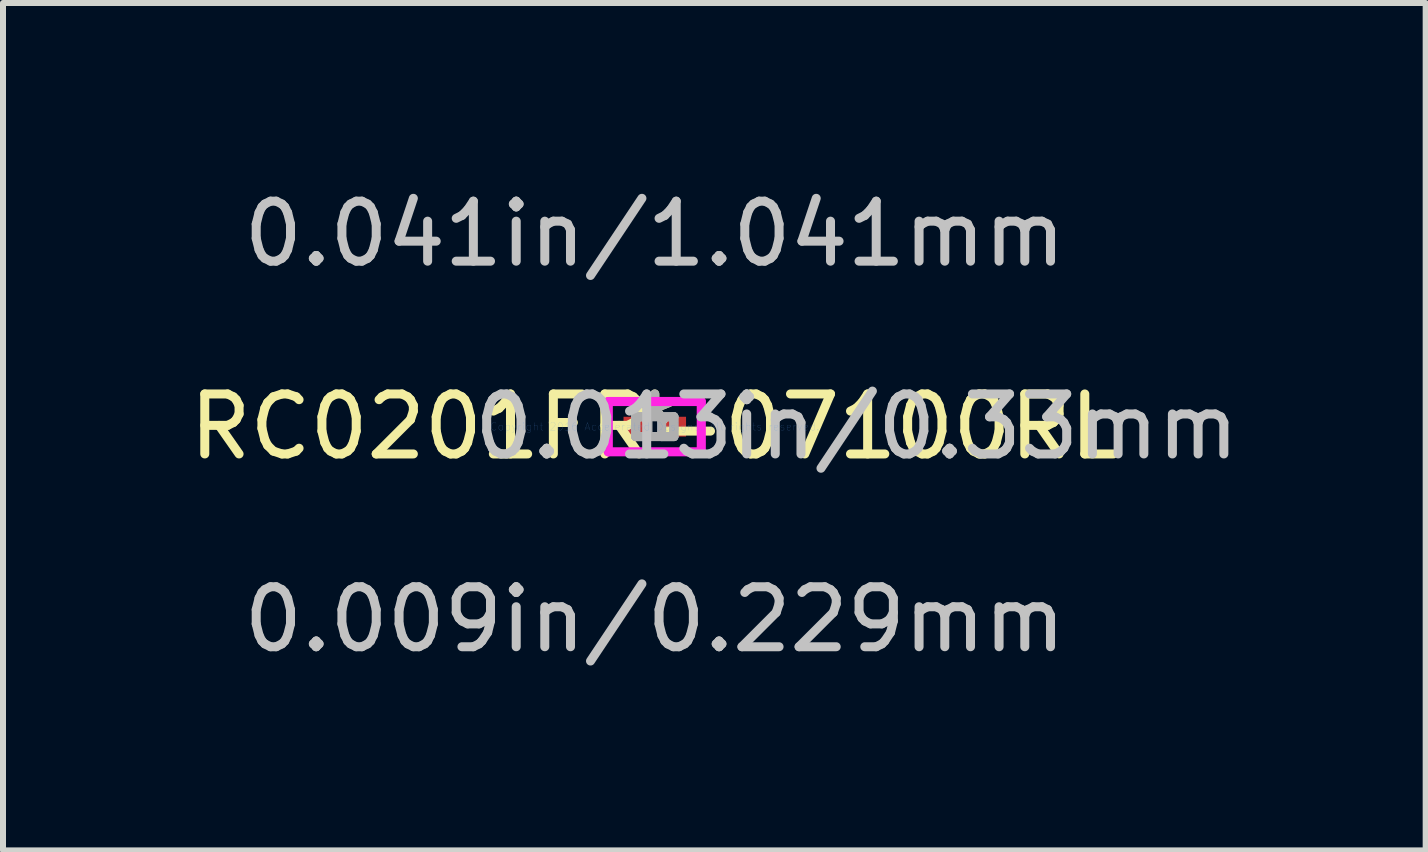
<source format=kicad_pcb>
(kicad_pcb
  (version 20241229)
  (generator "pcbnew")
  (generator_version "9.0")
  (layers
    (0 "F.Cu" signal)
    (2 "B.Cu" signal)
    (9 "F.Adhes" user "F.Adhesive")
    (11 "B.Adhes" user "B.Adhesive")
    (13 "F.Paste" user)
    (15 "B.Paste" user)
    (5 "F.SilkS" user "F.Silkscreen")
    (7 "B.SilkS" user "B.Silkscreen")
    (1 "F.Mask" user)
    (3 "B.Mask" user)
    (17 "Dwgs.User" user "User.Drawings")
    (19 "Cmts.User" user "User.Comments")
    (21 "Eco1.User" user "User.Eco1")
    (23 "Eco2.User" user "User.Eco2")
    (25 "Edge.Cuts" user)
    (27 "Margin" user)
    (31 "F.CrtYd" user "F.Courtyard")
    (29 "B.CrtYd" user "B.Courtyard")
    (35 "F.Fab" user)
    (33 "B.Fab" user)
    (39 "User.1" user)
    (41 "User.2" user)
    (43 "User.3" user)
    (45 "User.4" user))
  (footprint "RC0201FR-07100RL"
    (layer "F.Cu")
    (at 7.863 4.061)
    (property "Reference" "RC0201FR-07100RL" (at 0 0 0) (layer "F.SilkS") (effects (font (size 1 1) (thickness 0.15))))
    (attr through_hole)
    (fp_line (start -0.775 -0.419) (end 0.775 -0.419) (stroke (width 0.152) (type solid)) (layer "F.CrtYd"))
    (fp_line (start -0.775 0.419) (end -0.775 -0.419) (stroke (width 0.152) (type solid)) (layer "F.CrtYd"))
    (fp_line (start 0.775 -0.419) (end 0.775 0.419) (stroke (width 0.152) (type solid)) (layer "F.CrtYd"))
    (fp_line (start 0.775 0.419) (end -0.775 0.419) (stroke (width 0.152) (type solid)) (layer "F.CrtYd"))
    (fp_line (start -0.318 -0.165) (end -0.318 0.165) (stroke (width 0.152) (type solid)) (layer "F.Fab"))
    (fp_line (start -0.318 -0.165) (end -0.318 0.165) (stroke (width 0.152) (type solid)) (layer "F.Fab"))
    (fp_line (start -0.318 0.165) (end -0.114 0.165) (stroke (width 0.152) (type solid)) (layer "F.Fab"))
    (fp_line (start -0.318 0.165) (end 0.318 0.165) (stroke (width 0.152) (type solid)) (layer "F.Fab"))
    (fp_line (start -0.114 -0.165) (end -0.318 -0.165) (stroke (width 0.152) (type solid)) (layer "F.Fab"))
    (fp_line (start -0.114 0.165) (end -0.114 -0.165) (stroke (width 0.152) (type solid)) (layer "F.Fab"))
    (fp_line (start 0.114 -0.165) (end 0.114 0.165) (stroke (width 0.152) (type solid)) (layer "F.Fab"))
    (fp_line (start 0.114 0.165) (end 0.318 0.165) (stroke (width 0.152) (type solid)) (layer "F.Fab"))
    (fp_line (start 0.318 -0.165) (end -0.318 -0.165) (stroke (width 0.152) (type solid)) (layer "F.Fab"))
    (fp_line (start 0.318 -0.165) (end 0.114 -0.165) (stroke (width 0.152) (type solid)) (layer "F.Fab"))
    (fp_line (start 0.318 0.165) (end 0.318 -0.165) (stroke (width 0.152) (type solid)) (layer "F.Fab"))
    (fp_line (start 0.318 0.165) (end 0.318 -0.165) (stroke (width 0.152) (type solid)) (layer "F.Fab"))
    (fp_text user "*" (at 0 0 0) (layer "F.SilkS") (effects (font (size 1 1) (thickness 0.15))))
    (fp_text user "0.009in/0.229mm" (at 0 3.213 0) (layer "Dwgs.User") (effects (font (size 1 1) (thickness 0.15))))
    (fp_text user "0.041in/1.041mm" (at 0 -3.213 0) (layer "Dwgs.User") (effects (font (size 1 1) (thickness 0.15))))
    (fp_text user "0.013in/0.33mm" (at 3.365 0 0) (layer "Dwgs.User") (effects (font (size 1 1) (thickness 0.15))))
    (fp_text user "Copyright 2016 Accelerated Designs. All rights reserved." (at 0 0 0) (layer "Cmts.User") (effects (font (size 0.127 0.127) (thickness 0.002))))
    (fp_text user "*" (at 0 0 0) (layer "F.Fab") (effects (font (size 1 1) (thickness 0.15))))
    (pad "1" smd rect (at -0.318 0) (size 0.406 0.33) (layers "F.Cu" "F.Mask" "F.Paste"))
    (pad "2" smd rect (at 0.318 0) (size 0.406 0.33) (layers "F.Cu" "F.Mask" "F.Paste")))
  (gr_rect
    (start -3 -3)
    (end 20.711 11.123)
    (stroke (width 0.1) (type default))
    (fill no)
    (layer "Edge.Cuts")))
</source>
